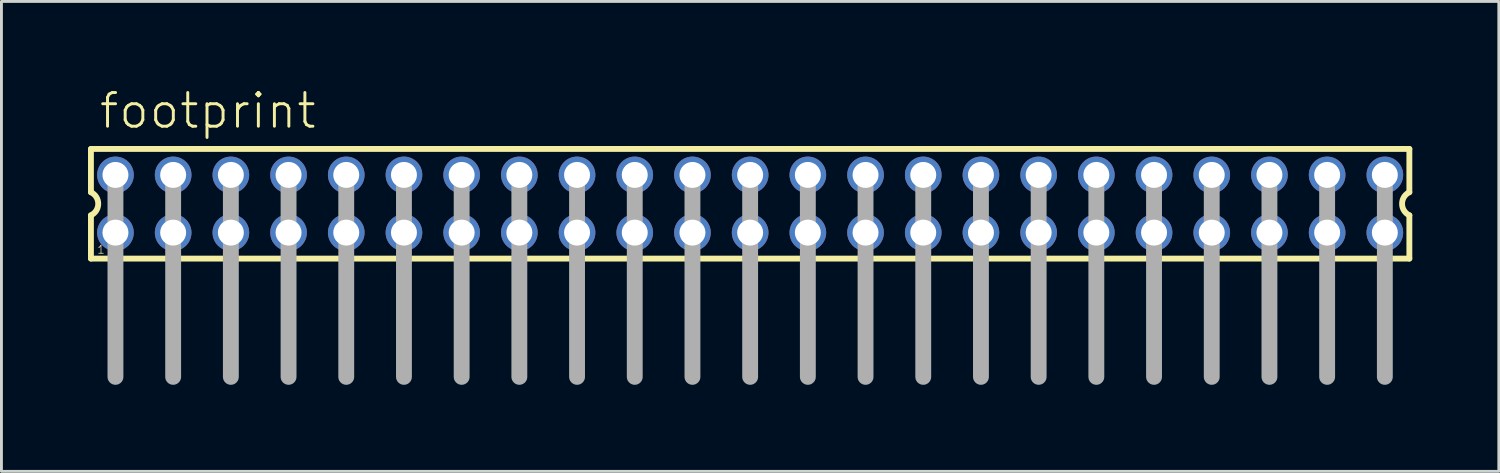
<source format=kicad_pcb>
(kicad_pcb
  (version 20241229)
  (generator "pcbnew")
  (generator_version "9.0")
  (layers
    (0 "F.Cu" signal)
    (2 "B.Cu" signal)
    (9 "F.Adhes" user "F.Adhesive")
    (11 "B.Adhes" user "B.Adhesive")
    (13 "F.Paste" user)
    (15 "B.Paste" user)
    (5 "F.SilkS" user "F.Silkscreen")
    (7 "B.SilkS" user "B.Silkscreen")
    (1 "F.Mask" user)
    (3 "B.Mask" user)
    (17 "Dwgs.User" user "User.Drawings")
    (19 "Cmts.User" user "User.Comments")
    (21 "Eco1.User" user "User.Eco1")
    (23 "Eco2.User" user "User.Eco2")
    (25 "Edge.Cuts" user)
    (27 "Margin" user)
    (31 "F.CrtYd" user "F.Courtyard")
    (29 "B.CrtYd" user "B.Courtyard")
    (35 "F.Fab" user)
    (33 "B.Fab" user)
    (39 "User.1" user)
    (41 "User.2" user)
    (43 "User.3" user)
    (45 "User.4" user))
  (footprint "footprint"
    (layer "F.Cu")
    (at 22.952 4.013)
    (property "Reference" "footprint" (at -22.62 -2.54 0) (layer "F.SilkS") (effects (font (size 1.168 1.168) (thickness 0.102)) (justify left bottom)))
    (fp_line (start -22.85 -1.9) (end -22.85 -0.4) (stroke (width 0.203) (type solid)) (layer "F.SilkS"))
    (fp_line (start -22.85 0.4) (end -22.85 1.9) (stroke (width 0.203) (type solid)) (layer "F.SilkS"))
    (fp_line (start -22.85 1.9) (end 22.85 1.9) (stroke (width 0.203) (type solid)) (layer "F.SilkS"))
    (fp_line (start 22.85 -1.9) (end -22.85 -1.9) (stroke (width 0.203) (type solid)) (layer "F.SilkS"))
    (fp_line (start 22.85 -0.4) (end 22.85 -1.9) (stroke (width 0.203) (type solid)) (layer "F.SilkS"))
    (fp_line (start 22.85 1.9) (end 22.85 0.4) (stroke (width 0.203) (type solid)) (layer "F.SilkS"))
    (fp_arc (start -22.85 -0.4) (mid -22.597167 0) (end -22.85 0.4) (stroke (width 0.2032) (type solid)) (layer "F.SilkS"))
    (fp_arc (start 22.85 0.4) (mid 22.597167 0) (end 22.85 -0.4) (stroke (width 0.2032) (type solid)) (layer "F.SilkS"))
    (fp_line (start -22 -1) (end -22 6) (stroke (width 0.55) (type solid)) (layer "F.Fab"))
    (fp_line (start -20 -1) (end -20 6) (stroke (width 0.55) (type solid)) (layer "F.Fab"))
    (fp_line (start -18 -1) (end -18 6) (stroke (width 0.55) (type solid)) (layer "F.Fab"))
    (fp_line (start -16 -1) (end -16 6) (stroke (width 0.55) (type solid)) (layer "F.Fab"))
    (fp_line (start -14 -1) (end -14 6) (stroke (width 0.55) (type solid)) (layer "F.Fab"))
    (fp_line (start -12 -1) (end -12 6) (stroke (width 0.55) (type solid)) (layer "F.Fab"))
    (fp_line (start -10 -1) (end -10 6) (stroke (width 0.55) (type solid)) (layer "F.Fab"))
    (fp_line (start -8 -1) (end -8 6) (stroke (width 0.55) (type solid)) (layer "F.Fab"))
    (fp_line (start -6 -1) (end -6 6) (stroke (width 0.55) (type solid)) (layer "F.Fab"))
    (fp_line (start -4 -1) (end -4 6) (stroke (width 0.55) (type solid)) (layer "F.Fab"))
    (fp_line (start -2 -1) (end -2 6) (stroke (width 0.55) (type solid)) (layer "F.Fab"))
    (fp_line (start 0 -1) (end 0 6) (stroke (width 0.55) (type solid)) (layer "F.Fab"))
    (fp_line (start 2 -1) (end 2 6) (stroke (width 0.55) (type solid)) (layer "F.Fab"))
    (fp_line (start 4 -1) (end 4 6) (stroke (width 0.55) (type solid)) (layer "F.Fab"))
    (fp_line (start 6 -1) (end 6 6) (stroke (width 0.55) (type solid)) (layer "F.Fab"))
    (fp_line (start 8 -1) (end 8 6) (stroke (width 0.55) (type solid)) (layer "F.Fab"))
    (fp_line (start 10 -1) (end 10 6) (stroke (width 0.55) (type solid)) (layer "F.Fab"))
    (fp_line (start 12 -1) (end 12 6) (stroke (width 0.55) (type solid)) (layer "F.Fab"))
    (fp_line (start 14 -1) (end 14 6) (stroke (width 0.55) (type solid)) (layer "F.Fab"))
    (fp_line (start 16 -1) (end 16 6) (stroke (width 0.55) (type solid)) (layer "F.Fab"))
    (fp_line (start 18 -1) (end 18 6) (stroke (width 0.55) (type solid)) (layer "F.Fab"))
    (fp_line (start 20 -1) (end 20 6) (stroke (width 0.55) (type solid)) (layer "F.Fab"))
    (fp_line (start 22 -1) (end 22 6) (stroke (width 0.55) (type solid)) (layer "F.Fab"))
    (fp_poly (pts (xy -22.25 -0.75) (xy -21.75 -0.75) (xy -21.75 -1.25) (xy -22.25 -1.25)) (stroke (width 0.1) (type solid)) (fill no) (layer "F.Fab"))
    (fp_poly (pts (xy -22.25 1.25) (xy -21.75 1.25) (xy -21.75 0.75) (xy -22.25 0.75)) (stroke (width 0.1) (type solid)) (fill no) (layer "F.Fab"))
    (fp_poly (pts (xy -20.25 -0.75) (xy -19.75 -0.75) (xy -19.75 -1.25) (xy -20.25 -1.25)) (stroke (width 0.1) (type solid)) (fill no) (layer "F.Fab"))
    (fp_poly (pts (xy -20.25 1.25) (xy -19.75 1.25) (xy -19.75 0.75) (xy -20.25 0.75)) (stroke (width 0.1) (type solid)) (fill no) (layer "F.Fab"))
    (fp_poly (pts (xy -18.25 -0.75) (xy -17.75 -0.75) (xy -17.75 -1.25) (xy -18.25 -1.25)) (stroke (width 0.1) (type solid)) (fill no) (layer "F.Fab"))
    (fp_poly (pts (xy -18.25 1.25) (xy -17.75 1.25) (xy -17.75 0.75) (xy -18.25 0.75)) (stroke (width 0.1) (type solid)) (fill no) (layer "F.Fab"))
    (fp_poly (pts (xy -16.25 -0.75) (xy -15.75 -0.75) (xy -15.75 -1.25) (xy -16.25 -1.25)) (stroke (width 0.1) (type solid)) (fill no) (layer "F.Fab"))
    (fp_poly (pts (xy -16.25 1.25) (xy -15.75 1.25) (xy -15.75 0.75) (xy -16.25 0.75)) (stroke (width 0.1) (type solid)) (fill no) (layer "F.Fab"))
    (fp_poly (pts (xy -14.25 -0.75) (xy -13.75 -0.75) (xy -13.75 -1.25) (xy -14.25 -1.25)) (stroke (width 0.1) (type solid)) (fill no) (layer "F.Fab"))
    (fp_poly (pts (xy -14.25 1.25) (xy -13.75 1.25) (xy -13.75 0.75) (xy -14.25 0.75)) (stroke (width 0.1) (type solid)) (fill no) (layer "F.Fab"))
    (fp_poly (pts (xy -12.25 -0.75) (xy -11.75 -0.75) (xy -11.75 -1.25) (xy -12.25 -1.25)) (stroke (width 0.1) (type solid)) (fill no) (layer "F.Fab"))
    (fp_poly (pts (xy -12.25 1.25) (xy -11.75 1.25) (xy -11.75 0.75) (xy -12.25 0.75)) (stroke (width 0.1) (type solid)) (fill no) (layer "F.Fab"))
    (fp_poly (pts (xy -10.25 -0.75) (xy -9.75 -0.75) (xy -9.75 -1.25) (xy -10.25 -1.25)) (stroke (width 0.1) (type solid)) (fill no) (layer "F.Fab"))
    (fp_poly (pts (xy -10.25 1.25) (xy -9.75 1.25) (xy -9.75 0.75) (xy -10.25 0.75)) (stroke (width 0.1) (type solid)) (fill no) (layer "F.Fab"))
    (fp_poly (pts (xy -8.25 -0.75) (xy -7.75 -0.75) (xy -7.75 -1.25) (xy -8.25 -1.25)) (stroke (width 0.1) (type solid)) (fill no) (layer "F.Fab"))
    (fp_poly (pts (xy -8.25 1.25) (xy -7.75 1.25) (xy -7.75 0.75) (xy -8.25 0.75)) (stroke (width 0.1) (type solid)) (fill no) (layer "F.Fab"))
    (fp_poly (pts (xy -6.25 -0.75) (xy -5.75 -0.75) (xy -5.75 -1.25) (xy -6.25 -1.25)) (stroke (width 0.1) (type solid)) (fill no) (layer "F.Fab"))
    (fp_poly (pts (xy -6.25 1.25) (xy -5.75 1.25) (xy -5.75 0.75) (xy -6.25 0.75)) (stroke (width 0.1) (type solid)) (fill no) (layer "F.Fab"))
    (fp_poly (pts (xy -4.25 -0.75) (xy -3.75 -0.75) (xy -3.75 -1.25) (xy -4.25 -1.25)) (stroke (width 0.1) (type solid)) (fill no) (layer "F.Fab"))
    (fp_poly (pts (xy -4.25 1.25) (xy -3.75 1.25) (xy -3.75 0.75) (xy -4.25 0.75)) (stroke (width 0.1) (type solid)) (fill no) (layer "F.Fab"))
    (fp_poly (pts (xy -2.25 -0.75) (xy -1.75 -0.75) (xy -1.75 -1.25) (xy -2.25 -1.25)) (stroke (width 0.1) (type solid)) (fill no) (layer "F.Fab"))
    (fp_poly (pts (xy -2.25 1.25) (xy -1.75 1.25) (xy -1.75 0.75) (xy -2.25 0.75)) (stroke (width 0.1) (type solid)) (fill no) (layer "F.Fab"))
    (fp_poly (pts (xy -0.25 -0.75) (xy 0.25 -0.75) (xy 0.25 -1.25) (xy -0.25 -1.25)) (stroke (width 0.1) (type solid)) (fill no) (layer "F.Fab"))
    (fp_poly (pts (xy -0.25 1.25) (xy 0.25 1.25) (xy 0.25 0.75) (xy -0.25 0.75)) (stroke (width 0.1) (type solid)) (fill no) (layer "F.Fab"))
    (fp_poly (pts (xy 1.75 -0.75) (xy 2.25 -0.75) (xy 2.25 -1.25) (xy 1.75 -1.25)) (stroke (width 0.1) (type solid)) (fill no) (layer "F.Fab"))
    (fp_poly (pts (xy 1.75 1.25) (xy 2.25 1.25) (xy 2.25 0.75) (xy 1.75 0.75)) (stroke (width 0.1) (type solid)) (fill no) (layer "F.Fab"))
    (fp_poly (pts (xy 3.75 -0.75) (xy 4.25 -0.75) (xy 4.25 -1.25) (xy 3.75 -1.25)) (stroke (width 0.1) (type solid)) (fill no) (layer "F.Fab"))
    (fp_poly (pts (xy 3.75 1.25) (xy 4.25 1.25) (xy 4.25 0.75) (xy 3.75 0.75)) (stroke (width 0.1) (type solid)) (fill no) (layer "F.Fab"))
    (fp_poly (pts (xy 5.75 -0.75) (xy 6.25 -0.75) (xy 6.25 -1.25) (xy 5.75 -1.25)) (stroke (width 0.1) (type solid)) (fill no) (layer "F.Fab"))
    (fp_poly (pts (xy 5.75 1.25) (xy 6.25 1.25) (xy 6.25 0.75) (xy 5.75 0.75)) (stroke (width 0.1) (type solid)) (fill no) (layer "F.Fab"))
    (fp_poly (pts (xy 7.75 -0.75) (xy 8.25 -0.75) (xy 8.25 -1.25) (xy 7.75 -1.25)) (stroke (width 0.1) (type solid)) (fill no) (layer "F.Fab"))
    (fp_poly (pts (xy 7.75 1.25) (xy 8.25 1.25) (xy 8.25 0.75) (xy 7.75 0.75)) (stroke (width 0.1) (type solid)) (fill no) (layer "F.Fab"))
    (fp_poly (pts (xy 9.75 -0.75) (xy 10.25 -0.75) (xy 10.25 -1.25) (xy 9.75 -1.25)) (stroke (width 0.1) (type solid)) (fill no) (layer "F.Fab"))
    (fp_poly (pts (xy 9.75 1.25) (xy 10.25 1.25) (xy 10.25 0.75) (xy 9.75 0.75)) (stroke (width 0.1) (type solid)) (fill no) (layer "F.Fab"))
    (fp_poly (pts (xy 11.75 -0.75) (xy 12.25 -0.75) (xy 12.25 -1.25) (xy 11.75 -1.25)) (stroke (width 0.1) (type solid)) (fill no) (layer "F.Fab"))
    (fp_poly (pts (xy 11.75 1.25) (xy 12.25 1.25) (xy 12.25 0.75) (xy 11.75 0.75)) (stroke (width 0.1) (type solid)) (fill no) (layer "F.Fab"))
    (fp_poly (pts (xy 13.75 -0.75) (xy 14.25 -0.75) (xy 14.25 -1.25) (xy 13.75 -1.25)) (stroke (width 0.1) (type solid)) (fill no) (layer "F.Fab"))
    (fp_poly (pts (xy 13.75 1.25) (xy 14.25 1.25) (xy 14.25 0.75) (xy 13.75 0.75)) (stroke (width 0.1) (type solid)) (fill no) (layer "F.Fab"))
    (fp_poly (pts (xy 15.75 -0.75) (xy 16.25 -0.75) (xy 16.25 -1.25) (xy 15.75 -1.25)) (stroke (width 0.1) (type solid)) (fill no) (layer "F.Fab"))
    (fp_poly (pts (xy 15.75 1.25) (xy 16.25 1.25) (xy 16.25 0.75) (xy 15.75 0.75)) (stroke (width 0.1) (type solid)) (fill no) (layer "F.Fab"))
    (fp_poly (pts (xy 17.75 -0.75) (xy 18.25 -0.75) (xy 18.25 -1.25) (xy 17.75 -1.25)) (stroke (width 0.1) (type solid)) (fill no) (layer "F.Fab"))
    (fp_poly (pts (xy 17.75 1.25) (xy 18.25 1.25) (xy 18.25 0.75) (xy 17.75 0.75)) (stroke (width 0.1) (type solid)) (fill no) (layer "F.Fab"))
    (fp_poly (pts (xy 19.75 -0.75) (xy 20.25 -0.75) (xy 20.25 -1.25) (xy 19.75 -1.25)) (stroke (width 0.1) (type solid)) (fill no) (layer "F.Fab"))
    (fp_poly (pts (xy 19.75 1.25) (xy 20.25 1.25) (xy 20.25 0.75) (xy 19.75 0.75)) (stroke (width 0.1) (type solid)) (fill no) (layer "F.Fab"))
    (fp_poly (pts (xy 21.75 -0.75) (xy 22.25 -0.75) (xy 22.25 -1.25) (xy 21.75 -1.25)) (stroke (width 0.1) (type solid)) (fill no) (layer "F.Fab"))
    (fp_poly (pts (xy 21.75 1.25) (xy 22.25 1.25) (xy 22.25 0.75) (xy 21.75 0.75)) (stroke (width 0.1) (type solid)) (fill no) (layer "F.Fab"))
    (fp_text user "1" (at -22.65 1.75 0) (layer "F.SilkS") (effects (font (size 0.28 0.28) (thickness 0.024)) (justify left bottom)))
    (pad "1" thru_hole circle (at -22 1) (size 1.27 1.27) (drill 0.9) (layers "*.Cu" "*.Mask"))
    (pad "2" thru_hole circle (at -22 -1) (size 1.27 1.27) (drill 0.9) (layers "*.Cu" "*.Mask"))
    (pad "3" thru_hole circle (at -20 1) (size 1.27 1.27) (drill 0.9) (layers "*.Cu" "*.Mask"))
    (pad "4" thru_hole circle (at -20 -1) (size 1.27 1.27) (drill 0.9) (layers "*.Cu" "*.Mask"))
    (pad "5" thru_hole circle (at -18 1) (size 1.27 1.27) (drill 0.9) (layers "*.Cu" "*.Mask"))
    (pad "6" thru_hole circle (at -18 -1) (size 1.27 1.27) (drill 0.9) (layers "*.Cu" "*.Mask"))
    (pad "7" thru_hole circle (at -16 1) (size 1.27 1.27) (drill 0.9) (layers "*.Cu" "*.Mask"))
    (pad "8" thru_hole circle (at -16 -1) (size 1.27 1.27) (drill 0.9) (layers "*.Cu" "*.Mask"))
    (pad "9" thru_hole circle (at -14 1) (size 1.27 1.27) (drill 0.9) (layers "*.Cu" "*.Mask"))
    (pad "10" thru_hole circle (at -14 -1) (size 1.27 1.27) (drill 0.9) (layers "*.Cu" "*.Mask"))
    (pad "11" thru_hole circle (at -12 1) (size 1.27 1.27) (drill 0.9) (layers "*.Cu" "*.Mask"))
    (pad "12" thru_hole circle (at -12 -1) (size 1.27 1.27) (drill 0.9) (layers "*.Cu" "*.Mask"))
    (pad "13" thru_hole circle (at -10 1) (size 1.27 1.27) (drill 0.9) (layers "*.Cu" "*.Mask"))
    (pad "14" thru_hole circle (at -10 -1) (size 1.27 1.27) (drill 0.9) (layers "*.Cu" "*.Mask"))
    (pad "15" thru_hole circle (at -8 1) (size 1.27 1.27) (drill 0.9) (layers "*.Cu" "*.Mask"))
    (pad "16" thru_hole circle (at -8 -1) (size 1.27 1.27) (drill 0.9) (layers "*.Cu" "*.Mask"))
    (pad "17" thru_hole circle (at -6 1) (size 1.27 1.27) (drill 0.9) (layers "*.Cu" "*.Mask"))
    (pad "18" thru_hole circle (at -6 -1) (size 1.27 1.27) (drill 0.9) (layers "*.Cu" "*.Mask"))
    (pad "19" thru_hole circle (at -4 1) (size 1.27 1.27) (drill 0.9) (layers "*.Cu" "*.Mask"))
    (pad "20" thru_hole circle (at -4 -1) (size 1.27 1.27) (drill 0.9) (layers "*.Cu" "*.Mask"))
    (pad "21" thru_hole circle (at -2 1) (size 1.27 1.27) (drill 0.9) (layers "*.Cu" "*.Mask"))
    (pad "22" thru_hole circle (at -2 -1) (size 1.27 1.27) (drill 0.9) (layers "*.Cu" "*.Mask"))
    (pad "23" thru_hole circle (at 0 1) (size 1.27 1.27) (drill 0.9) (layers "*.Cu" "*.Mask"))
    (pad "24" thru_hole circle (at 0 -1) (size 1.27 1.27) (drill 0.9) (layers "*.Cu" "*.Mask"))
    (pad "25" thru_hole circle (at 2 1) (size 1.27 1.27) (drill 0.9) (layers "*.Cu" "*.Mask"))
    (pad "26" thru_hole circle (at 2 -1) (size 1.27 1.27) (drill 0.9) (layers "*.Cu" "*.Mask"))
    (pad "27" thru_hole circle (at 4 1) (size 1.27 1.27) (drill 0.9) (layers "*.Cu" "*.Mask"))
    (pad "28" thru_hole circle (at 4 -1) (size 1.27 1.27) (drill 0.9) (layers "*.Cu" "*.Mask"))
    (pad "29" thru_hole circle (at 6 1) (size 1.27 1.27) (drill 0.9) (layers "*.Cu" "*.Mask"))
    (pad "30" thru_hole circle (at 6 -1) (size 1.27 1.27) (drill 0.9) (layers "*.Cu" "*.Mask"))
    (pad "31" thru_hole circle (at 8 1) (size 1.27 1.27) (drill 0.9) (layers "*.Cu" "*.Mask"))
    (pad "32" thru_hole circle (at 8 -1) (size 1.27 1.27) (drill 0.9) (layers "*.Cu" "*.Mask"))
    (pad "33" thru_hole circle (at 10 1) (size 1.27 1.27) (drill 0.9) (layers "*.Cu" "*.Mask"))
    (pad "34" thru_hole circle (at 10 -1) (size 1.27 1.27) (drill 0.9) (layers "*.Cu" "*.Mask"))
    (pad "35" thru_hole circle (at 12 1) (size 1.27 1.27) (drill 0.9) (layers "*.Cu" "*.Mask"))
    (pad "36" thru_hole circle (at 12 -1) (size 1.27 1.27) (drill 0.9) (layers "*.Cu" "*.Mask"))
    (pad "37" thru_hole circle (at 14 1) (size 1.27 1.27) (drill 0.9) (layers "*.Cu" "*.Mask"))
    (pad "38" thru_hole circle (at 14 -1) (size 1.27 1.27) (drill 0.9) (layers "*.Cu" "*.Mask"))
    (pad "39" thru_hole circle (at 16 1) (size 1.27 1.27) (drill 0.9) (layers "*.Cu" "*.Mask"))
    (pad "40" thru_hole circle (at 16 -1) (size 1.27 1.27) (drill 0.9) (layers "*.Cu" "*.Mask"))
    (pad "41" thru_hole circle (at 18 1) (size 1.27 1.27) (drill 0.9) (layers "*.Cu" "*.Mask"))
    (pad "42" thru_hole circle (at 18 -1) (size 1.27 1.27) (drill 0.9) (layers "*.Cu" "*.Mask"))
    (pad "43" thru_hole circle (at 20 1) (size 1.27 1.27) (drill 0.9) (layers "*.Cu" "*.Mask"))
    (pad "44" thru_hole circle (at 20 -1) (size 1.27 1.27) (drill 0.9) (layers "*.Cu" "*.Mask"))
    (pad "45" thru_hole circle (at 22 1) (size 1.27 1.27) (drill 0.9) (layers "*.Cu" "*.Mask"))
    (pad "46" thru_hole circle (at 22 -1) (size 1.27 1.27) (drill 0.9) (layers "*.Cu" "*.Mask")))
  (gr_rect
    (start -3 -3)
    (end 48.903 13.288)
    (stroke (width 0.1) (type default))
    (fill no)
    (layer "Edge.Cuts")))
</source>
